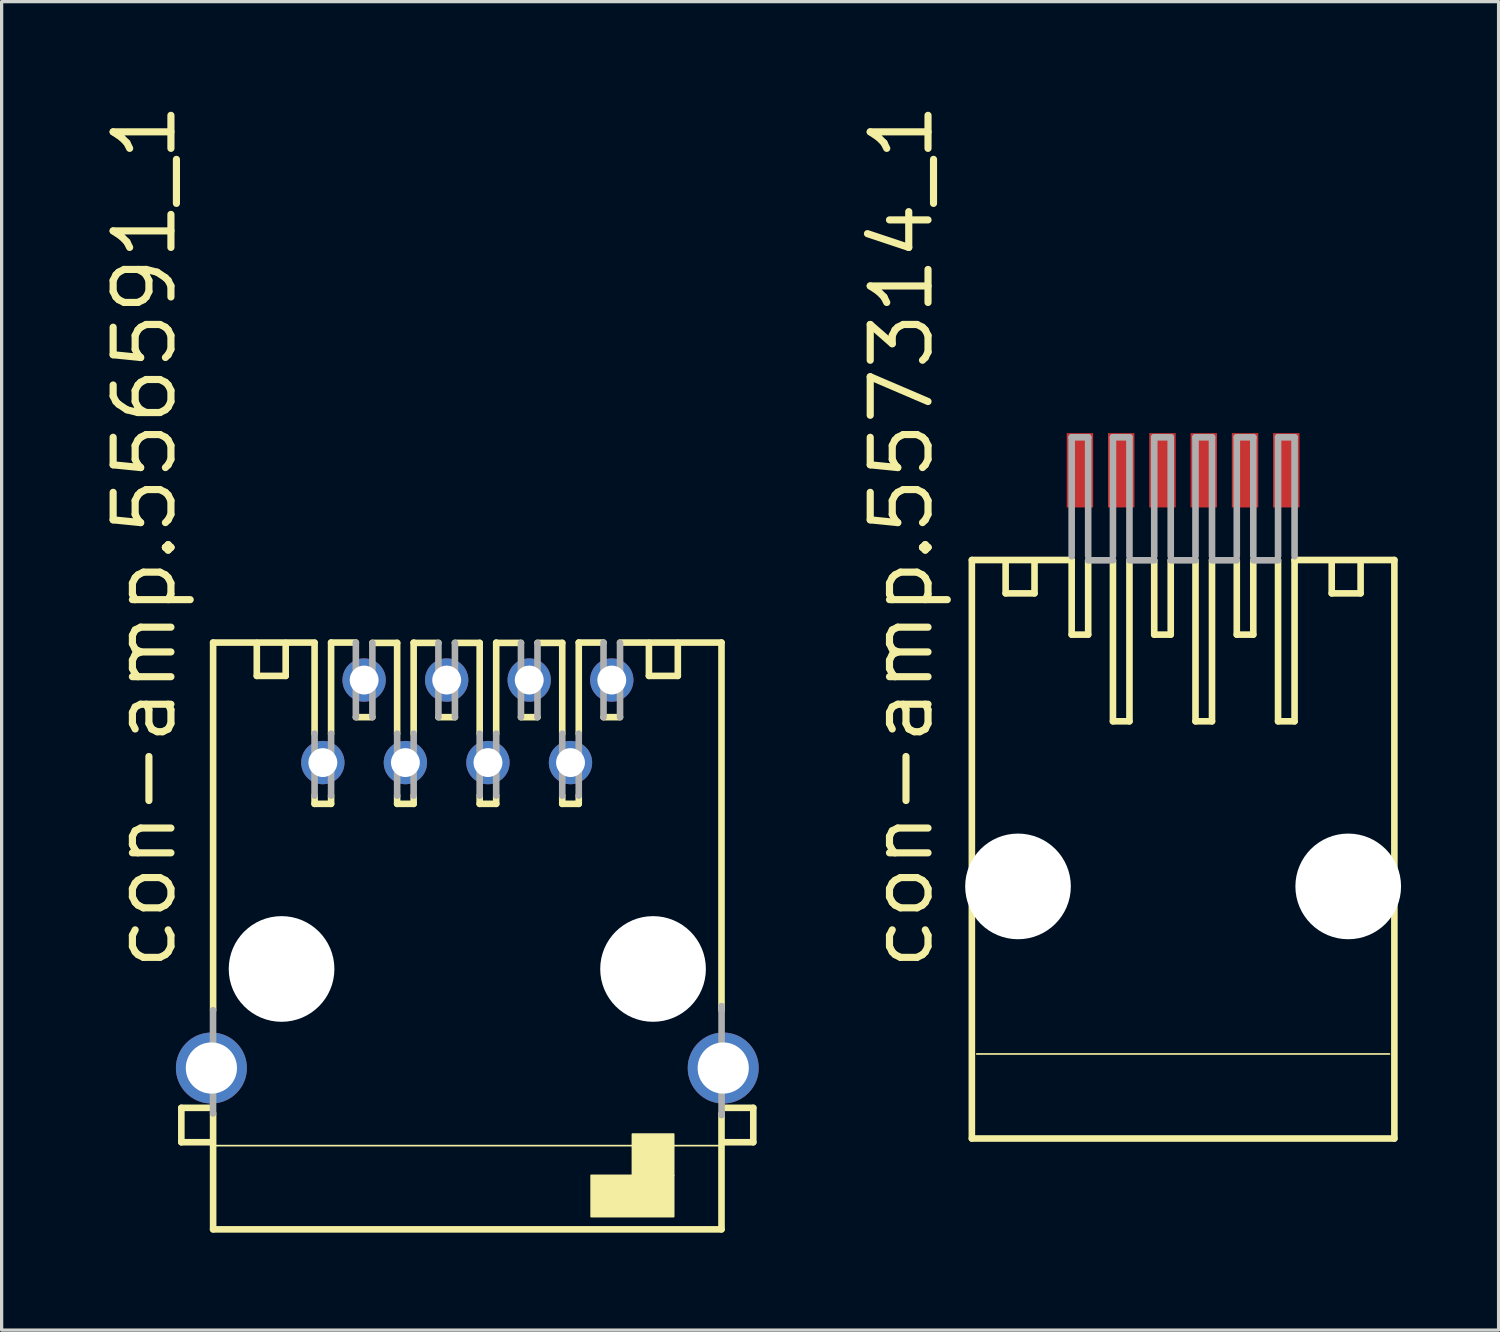
<source format=kicad_pcb>
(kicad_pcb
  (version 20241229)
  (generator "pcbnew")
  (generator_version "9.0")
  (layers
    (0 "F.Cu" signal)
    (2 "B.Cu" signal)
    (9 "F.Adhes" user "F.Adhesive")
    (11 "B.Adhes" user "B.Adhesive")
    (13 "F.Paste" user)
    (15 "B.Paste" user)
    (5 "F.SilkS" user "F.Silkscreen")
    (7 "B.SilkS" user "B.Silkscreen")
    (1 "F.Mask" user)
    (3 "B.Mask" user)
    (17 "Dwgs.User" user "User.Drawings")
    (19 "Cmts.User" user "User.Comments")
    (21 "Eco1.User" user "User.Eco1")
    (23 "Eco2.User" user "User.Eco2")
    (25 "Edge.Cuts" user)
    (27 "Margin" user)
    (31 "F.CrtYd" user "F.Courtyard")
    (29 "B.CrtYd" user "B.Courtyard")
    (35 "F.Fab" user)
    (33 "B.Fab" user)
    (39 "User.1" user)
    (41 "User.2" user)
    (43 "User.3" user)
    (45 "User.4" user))
  (footprint "con-amp.556591_1"
    (layer "F.Cu")
    (at 11.328 26.763)
    (property "Reference" "con-amp.556591_1" (at -8.89 0.127 90) (layer "F.SilkS") (effects (font (size 1.778 1.778) (thickness 0.22)) (justify left bottom)))
    (attr through_hole)
    (fp_line (start -8.799 4.273) (end -7.845 4.273) (stroke (width 0.203) (type default)) (layer "F.SilkS"))
    (fp_line (start -8.799 5.331) (end -8.799 4.273) (stroke (width 0.203) (type default)) (layer "F.SilkS"))
    (fp_line (start -7.874 5.436) (end 7.874 5.436) (stroke (width 0.051) (type default)) (layer "F.SilkS"))
    (fp_line (start -7.844 5.331) (end -8.799 5.331) (stroke (width 0.203) (type default)) (layer "F.SilkS"))
    (fp_line (start -7.821 -10.043) (end -4.699 -10.043) (stroke (width 0.203) (type default)) (layer "F.SilkS"))
    (fp_line (start -7.821 1.27) (end -7.821 -10.043) (stroke (width 0.203) (type default)) (layer "F.SilkS"))
    (fp_line (start -7.821 8.011) (end -7.821 4.445) (stroke (width 0.203) (type default)) (layer "F.SilkS"))
    (fp_line (start -6.477 -10.033) (end -6.477 -9.017) (stroke (width 0.203) (type default)) (layer "F.SilkS"))
    (fp_line (start -6.477 -9.017) (end -5.588 -9.017) (stroke (width 0.203) (type default)) (layer "F.SilkS"))
    (fp_line (start -5.588 -9.017) (end -5.588 -10.033) (stroke (width 0.203) (type default)) (layer "F.SilkS"))
    (fp_line (start -4.699 -7.239) (end -4.699 -10.033) (stroke (width 0.203) (type default)) (layer "F.SilkS"))
    (fp_line (start -4.699 -5.08) (end -4.699 -5.334) (stroke (width 0.203) (type default)) (layer "F.SilkS"))
    (fp_line (start -4.191 -10.043) (end -3.429 -10.043) (stroke (width 0.203) (type default)) (layer "F.SilkS"))
    (fp_line (start -4.191 -7.239) (end -4.191 -10.043) (stroke (width 0.203) (type default)) (layer "F.SilkS"))
    (fp_line (start -4.191 -5.08) (end -4.699 -5.08) (stroke (width 0.203) (type default)) (layer "F.SilkS"))
    (fp_line (start -4.191 -5.08) (end -4.191 -5.334) (stroke (width 0.203) (type default)) (layer "F.SilkS"))
    (fp_line (start -2.921 -10.033) (end -2.159 -10.033) (stroke (width 0.203) (type default)) (layer "F.SilkS"))
    (fp_line (start -2.921 -7.747) (end -3.429 -7.747) (stroke (width 0.203) (type default)) (layer "F.SilkS"))
    (fp_line (start -2.159 -7.239) (end -2.159 -10.033) (stroke (width 0.203) (type default)) (layer "F.SilkS"))
    (fp_line (start -2.159 -5.08) (end -2.159 -5.334) (stroke (width 0.203) (type default)) (layer "F.SilkS"))
    (fp_line (start -1.651 -10.033) (end -0.889 -10.033) (stroke (width 0.203) (type default)) (layer "F.SilkS"))
    (fp_line (start -1.651 -7.239) (end -1.651 -10.043) (stroke (width 0.203) (type default)) (layer "F.SilkS"))
    (fp_line (start -1.651 -5.08) (end -2.159 -5.08) (stroke (width 0.203) (type default)) (layer "F.SilkS"))
    (fp_line (start -1.651 -5.08) (end -1.651 -5.334) (stroke (width 0.203) (type default)) (layer "F.SilkS"))
    (fp_line (start -0.381 -10.033) (end 0.381 -10.033) (stroke (width 0.203) (type default)) (layer "F.SilkS"))
    (fp_line (start -0.381 -7.747) (end -0.889 -7.747) (stroke (width 0.203) (type default)) (layer "F.SilkS"))
    (fp_line (start 0.381 -7.239) (end 0.381 -10.033) (stroke (width 0.203) (type default)) (layer "F.SilkS"))
    (fp_line (start 0.381 -5.08) (end 0.381 -5.334) (stroke (width 0.203) (type default)) (layer "F.SilkS"))
    (fp_line (start 0.889 -10.033) (end 1.651 -10.033) (stroke (width 0.203) (type default)) (layer "F.SilkS"))
    (fp_line (start 0.889 -7.239) (end 0.889 -10.043) (stroke (width 0.203) (type default)) (layer "F.SilkS"))
    (fp_line (start 0.889 -5.08) (end 0.381 -5.08) (stroke (width 0.203) (type default)) (layer "F.SilkS"))
    (fp_line (start 0.889 -5.08) (end 0.889 -5.334) (stroke (width 0.203) (type default)) (layer "F.SilkS"))
    (fp_line (start 2.159 -10.033) (end 2.921 -10.033) (stroke (width 0.203) (type default)) (layer "F.SilkS"))
    (fp_line (start 2.159 -7.747) (end 1.651 -7.747) (stroke (width 0.203) (type default)) (layer "F.SilkS"))
    (fp_line (start 2.921 -7.239) (end 2.921 -10.033) (stroke (width 0.203) (type default)) (layer "F.SilkS"))
    (fp_line (start 2.921 -5.08) (end 2.921 -5.334) (stroke (width 0.203) (type default)) (layer "F.SilkS"))
    (fp_line (start 3.429 -10.043) (end 4.191 -10.043) (stroke (width 0.203) (type default)) (layer "F.SilkS"))
    (fp_line (start 3.429 -7.239) (end 3.429 -10.043) (stroke (width 0.203) (type default)) (layer "F.SilkS"))
    (fp_line (start 3.429 -5.08) (end 2.921 -5.08) (stroke (width 0.203) (type default)) (layer "F.SilkS"))
    (fp_line (start 3.429 -5.08) (end 3.429 -5.334) (stroke (width 0.203) (type default)) (layer "F.SilkS"))
    (fp_line (start 4.699 -10.043) (end 7.821 -10.043) (stroke (width 0.203) (type default)) (layer "F.SilkS"))
    (fp_line (start 4.699 -7.747) (end 4.191 -7.747) (stroke (width 0.203) (type default)) (layer "F.SilkS"))
    (fp_line (start 5.588 -9.017) (end 5.588 -10.033) (stroke (width 0.203) (type default)) (layer "F.SilkS"))
    (fp_line (start 6.477 -10.033) (end 6.477 -9.017) (stroke (width 0.203) (type default)) (layer "F.SilkS"))
    (fp_line (start 6.477 -9.017) (end 5.588 -9.017) (stroke (width 0.203) (type default)) (layer "F.SilkS"))
    (fp_line (start 7.821 -10.043) (end 7.821 1.27) (stroke (width 0.203) (type default)) (layer "F.SilkS"))
    (fp_line (start 7.821 4.445) (end 7.821 8.011) (stroke (width 0.203) (type default)) (layer "F.SilkS"))
    (fp_line (start 7.821 8.011) (end -7.821 8.011) (stroke (width 0.203) (type default)) (layer "F.SilkS"))
    (fp_line (start 7.869 5.331) (end 8.799 5.331) (stroke (width 0.203) (type default)) (layer "F.SilkS"))
    (fp_line (start 8.799 4.273) (end 7.87 4.273) (stroke (width 0.203) (type default)) (layer "F.SilkS"))
    (fp_line (start 8.799 5.331) (end 8.799 4.273) (stroke (width 0.203) (type default)) (layer "F.SilkS"))
    (fp_rect (start 3.81 7.62) (end 6.35 6.35) (stroke (width 0.05) (type default)) (fill yes) (layer "F.SilkS"))
    (fp_rect (start 5.08 6.35) (end 6.35 5.08) (stroke (width 0.05) (type default)) (fill yes) (layer "F.SilkS"))
    (fp_line (start -7.823 4.445) (end -7.823 1.27) (stroke (width 0.203) (type default)) (layer "F.Fab"))
    (fp_line (start -4.699 -7.239) (end -4.699 -5.334) (stroke (width 0.203) (type default)) (layer "F.Fab"))
    (fp_line (start -4.191 -7.239) (end -4.191 -5.334) (stroke (width 0.203) (type default)) (layer "F.Fab"))
    (fp_line (start -3.429 -10.043) (end -3.429 -7.747) (stroke (width 0.203) (type default)) (layer "F.Fab"))
    (fp_line (start -2.921 -10.033) (end -2.921 -7.747) (stroke (width 0.203) (type default)) (layer "F.Fab"))
    (fp_line (start -2.159 -7.239) (end -2.159 -5.334) (stroke (width 0.203) (type default)) (layer "F.Fab"))
    (fp_line (start -1.651 -7.239) (end -1.651 -5.334) (stroke (width 0.203) (type default)) (layer "F.Fab"))
    (fp_line (start -0.889 -10.033) (end -0.889 -7.747) (stroke (width 0.203) (type default)) (layer "F.Fab"))
    (fp_line (start -0.381 -10.033) (end -0.381 -7.747) (stroke (width 0.203) (type default)) (layer "F.Fab"))
    (fp_line (start 0.381 -7.239) (end 0.381 -5.334) (stroke (width 0.203) (type default)) (layer "F.Fab"))
    (fp_line (start 0.889 -7.239) (end 0.889 -5.334) (stroke (width 0.203) (type default)) (layer "F.Fab"))
    (fp_line (start 1.651 -10.033) (end 1.651 -7.747) (stroke (width 0.203) (type default)) (layer "F.Fab"))
    (fp_line (start 2.159 -10.033) (end 2.159 -7.747) (stroke (width 0.203) (type default)) (layer "F.Fab"))
    (fp_line (start 2.921 -7.239) (end 2.921 -5.334) (stroke (width 0.203) (type default)) (layer "F.Fab"))
    (fp_line (start 3.429 -7.239) (end 3.429 -5.334) (stroke (width 0.203) (type default)) (layer "F.Fab"))
    (fp_line (start 4.191 -10.043) (end 4.191 -7.747) (stroke (width 0.203) (type default)) (layer "F.Fab"))
    (fp_line (start 4.699 -10.033) (end 4.699 -7.747) (stroke (width 0.203) (type default)) (layer "F.Fab"))
    (fp_line (start 7.823 4.496) (end 7.823 1.143) (stroke (width 0.203) (type default)) (layer "F.Fab"))
    (pad "" np_thru_hole circle (at -5.715 0) (size 3.251 3.251) (drill 3.251) (layers "*.Cu" "*.Mask"))
    (pad "" np_thru_hole circle (at 5.715 0) (size 3.251 3.251) (drill 3.251) (layers "*.Cu" "*.Mask"))
    (pad "1" thru_hole circle (at -4.445 -6.35) (size 1.333 1.333) (drill 0.889) (layers "*.Cu" "*.Mask"))
    (pad "2" thru_hole circle (at -3.175 -8.89) (size 1.333 1.333) (drill 0.889) (layers "*.Cu" "*.Mask"))
    (pad "3" thru_hole circle (at -1.905 -6.35) (size 1.333 1.333) (drill 0.889) (layers "*.Cu" "*.Mask"))
    (pad "4" thru_hole circle (at -0.635 -8.89) (size 1.333 1.333) (drill 0.889) (layers "*.Cu" "*.Mask"))
    (pad "5" thru_hole circle (at 0.635 -6.35) (size 1.333 1.333) (drill 0.889) (layers "*.Cu" "*.Mask"))
    (pad "6" thru_hole circle (at 1.905 -8.89) (size 1.333 1.333) (drill 0.889) (layers "*.Cu" "*.Mask"))
    (pad "7" thru_hole circle (at 3.175 -6.35) (size 1.333 1.333) (drill 0.889) (layers "*.Cu" "*.Mask"))
    (pad "8" thru_hole circle (at 4.445 -8.89) (size 1.333 1.333) (drill 0.889) (layers "*.Cu" "*.Mask"))
    (pad "G1" thru_hole circle (at -7.874 3.048) (size 2.184 2.184) (drill 1.575) (layers "*.Cu" "*.Mask"))
    (pad "G2" thru_hole circle (at 7.874 3.048) (size 2.184 2.184) (drill 1.575) (layers "*.Cu" "*.Mask")))
  (footprint "con-amp.557314_1"
    (layer "F.Cu")
    (at 33.352 24.223)
    (property "Reference" "con-amp.557314_1" (at -7.62 2.667 90) (layer "F.SilkS") (effects (font (size 1.778 1.778) (thickness 0.22)) (justify left bottom)))
    (attr smd)
    (fp_line (start -6.5 -10.043) (end -3.429 -10.043) (stroke (width 0.203) (type default)) (layer "F.SilkS"))
    (fp_line (start -6.5 7.757) (end -6.5 -10.043) (stroke (width 0.203) (type default)) (layer "F.SilkS"))
    (fp_line (start -6.35 5.156) (end 6.35 5.156) (stroke (width 0.051) (type default)) (layer "F.SilkS"))
    (fp_line (start -5.461 -10.033) (end -5.461 -9.017) (stroke (width 0.203) (type default)) (layer "F.SilkS"))
    (fp_line (start -5.461 -9.017) (end -4.572 -9.017) (stroke (width 0.203) (type default)) (layer "F.SilkS"))
    (fp_line (start -4.572 -9.017) (end -4.572 -10.033) (stroke (width 0.203) (type default)) (layer "F.SilkS"))
    (fp_line (start -3.429 -10.043) (end -3.429 -7.747) (stroke (width 0.203) (type default)) (layer "F.SilkS"))
    (fp_line (start -2.921 -10.033) (end -2.921 -7.747) (stroke (width 0.203) (type default)) (layer "F.SilkS"))
    (fp_line (start -2.921 -7.747) (end -3.429 -7.747) (stroke (width 0.203) (type default)) (layer "F.SilkS"))
    (fp_line (start -2.159 -5.08) (end -2.159 -10.033) (stroke (width 0.203) (type default)) (layer "F.SilkS"))
    (fp_line (start -1.651 -5.08) (end -2.159 -5.08) (stroke (width 0.203) (type default)) (layer "F.SilkS"))
    (fp_line (start -1.651 -5.08) (end -1.651 -10.043) (stroke (width 0.203) (type default)) (layer "F.SilkS"))
    (fp_line (start -0.889 -10.033) (end -0.889 -7.747) (stroke (width 0.203) (type default)) (layer "F.SilkS"))
    (fp_line (start -0.381 -10.033) (end -0.381 -7.747) (stroke (width 0.203) (type default)) (layer "F.SilkS"))
    (fp_line (start -0.381 -7.747) (end -0.889 -7.747) (stroke (width 0.203) (type default)) (layer "F.SilkS"))
    (fp_line (start 0.381 -5.08) (end 0.381 -10.033) (stroke (width 0.203) (type default)) (layer "F.SilkS"))
    (fp_line (start 0.889 -5.08) (end 0.381 -5.08) (stroke (width 0.203) (type default)) (layer "F.SilkS"))
    (fp_line (start 0.889 -5.08) (end 0.889 -10.043) (stroke (width 0.203) (type default)) (layer "F.SilkS"))
    (fp_line (start 1.651 -10.033) (end 1.651 -7.747) (stroke (width 0.203) (type default)) (layer "F.SilkS"))
    (fp_line (start 2.159 -10.033) (end 2.159 -7.747) (stroke (width 0.203) (type default)) (layer "F.SilkS"))
    (fp_line (start 2.159 -7.747) (end 1.651 -7.747) (stroke (width 0.203) (type default)) (layer "F.SilkS"))
    (fp_line (start 2.921 -5.08) (end 2.921 -10.033) (stroke (width 0.203) (type default)) (layer "F.SilkS"))
    (fp_line (start 3.429 -10.043) (end 6.5 -10.043) (stroke (width 0.203) (type default)) (layer "F.SilkS"))
    (fp_line (start 3.429 -5.08) (end 2.921 -5.08) (stroke (width 0.203) (type default)) (layer "F.SilkS"))
    (fp_line (start 3.429 -5.08) (end 3.429 -10.043) (stroke (width 0.203) (type default)) (layer "F.SilkS"))
    (fp_line (start 4.572 -9.017) (end 4.572 -10.033) (stroke (width 0.203) (type default)) (layer "F.SilkS"))
    (fp_line (start 5.461 -10.033) (end 5.461 -9.017) (stroke (width 0.203) (type default)) (layer "F.SilkS"))
    (fp_line (start 5.461 -9.017) (end 4.572 -9.017) (stroke (width 0.203) (type default)) (layer "F.SilkS"))
    (fp_line (start 6.5 -10.043) (end 6.5 7.757) (stroke (width 0.203) (type default)) (layer "F.SilkS"))
    (fp_line (start 6.5 7.757) (end -6.5 7.757) (stroke (width 0.203) (type default)) (layer "F.SilkS"))
    (fp_line (start -3.429 -13.819) (end -3.429 -10.16) (stroke (width 0.203) (type default)) (layer "F.Fab"))
    (fp_line (start -2.921 -13.819) (end -3.429 -13.819) (stroke (width 0.203) (type default)) (layer "F.Fab"))
    (fp_line (start -2.921 -10.16) (end -2.921 -13.819) (stroke (width 0.203) (type default)) (layer "F.Fab"))
    (fp_line (start -2.921 -10.033) (end -2.159 -10.033) (stroke (width 0.203) (type default)) (layer "F.Fab"))
    (fp_line (start -2.159 -13.819) (end -2.159 -10.16) (stroke (width 0.203) (type default)) (layer "F.Fab"))
    (fp_line (start -1.651 -13.819) (end -2.159 -13.819) (stroke (width 0.203) (type default)) (layer "F.Fab"))
    (fp_line (start -1.651 -10.16) (end -1.651 -13.819) (stroke (width 0.203) (type default)) (layer "F.Fab"))
    (fp_line (start -1.651 -10.033) (end -0.889 -10.033) (stroke (width 0.203) (type default)) (layer "F.Fab"))
    (fp_line (start -0.889 -13.819) (end -0.889 -10.16) (stroke (width 0.203) (type default)) (layer "F.Fab"))
    (fp_line (start -0.381 -13.819) (end -0.889 -13.819) (stroke (width 0.203) (type default)) (layer "F.Fab"))
    (fp_line (start -0.381 -10.16) (end -0.381 -13.819) (stroke (width 0.203) (type default)) (layer "F.Fab"))
    (fp_line (start -0.381 -10.033) (end 0.381 -10.033) (stroke (width 0.203) (type default)) (layer "F.Fab"))
    (fp_line (start 0.381 -13.819) (end 0.381 -10.16) (stroke (width 0.203) (type default)) (layer "F.Fab"))
    (fp_line (start 0.889 -13.819) (end 0.381 -13.819) (stroke (width 0.203) (type default)) (layer "F.Fab"))
    (fp_line (start 0.889 -10.16) (end 0.889 -13.819) (stroke (width 0.203) (type default)) (layer "F.Fab"))
    (fp_line (start 0.889 -10.033) (end 1.651 -10.033) (stroke (width 0.203) (type default)) (layer "F.Fab"))
    (fp_line (start 1.651 -13.819) (end 1.651 -10.16) (stroke (width 0.203) (type default)) (layer "F.Fab"))
    (fp_line (start 2.159 -13.819) (end 1.651 -13.819) (stroke (width 0.203) (type default)) (layer "F.Fab"))
    (fp_line (start 2.159 -10.16) (end 2.159 -13.819) (stroke (width 0.203) (type default)) (layer "F.Fab"))
    (fp_line (start 2.159 -10.033) (end 2.921 -10.033) (stroke (width 0.203) (type default)) (layer "F.Fab"))
    (fp_line (start 2.921 -13.819) (end 2.921 -10.16) (stroke (width 0.203) (type default)) (layer "F.Fab"))
    (fp_line (start 3.429 -13.819) (end 2.921 -13.819) (stroke (width 0.203) (type default)) (layer "F.Fab"))
    (fp_line (start 3.429 -10.16) (end 3.429 -13.819) (stroke (width 0.203) (type default)) (layer "F.Fab"))
    (pad "" np_thru_hole circle (at -5.08 0) (size 3.251 3.251) (drill 3.251) (layers "*.Cu" "*.Mask"))
    (pad "" np_thru_hole circle (at 5.08 0) (size 3.251 3.251) (drill 3.251) (layers "*.Cu" "*.Mask"))
    (pad "1" smd roundrect (at -3.175 -12.803) (size 0.813 2.286) (layers "F.Cu" "F.Mask" "F.Paste") (roundrect_rratio 0.01))
    (pad "2" smd roundrect (at -1.905 -12.803) (size 0.813 2.286) (layers "F.Cu" "F.Mask" "F.Paste") (roundrect_rratio 0.01))
    (pad "3" smd roundrect (at -0.635 -12.803) (size 0.813 2.286) (layers "F.Cu" "F.Mask" "F.Paste") (roundrect_rratio 0.01))
    (pad "4" smd roundrect (at 0.635 -12.803) (size 0.813 2.286) (layers "F.Cu" "F.Mask" "F.Paste") (roundrect_rratio 0.01))
    (pad "5" smd roundrect (at 1.905 -12.803) (size 0.813 2.286) (layers "F.Cu" "F.Mask" "F.Paste") (roundrect_rratio 0.01))
    (pad "6" smd roundrect (at 3.175 -12.803) (size 0.813 2.286) (layers "F.Cu" "F.Mask" "F.Paste") (roundrect_rratio 0.01)))
  (gr_rect
    (start -3 -3)
    (end 43.058 37.875)
    (stroke (width 0.1) (type default))
    (fill no)
    (layer "Edge.Cuts")))
</source>
